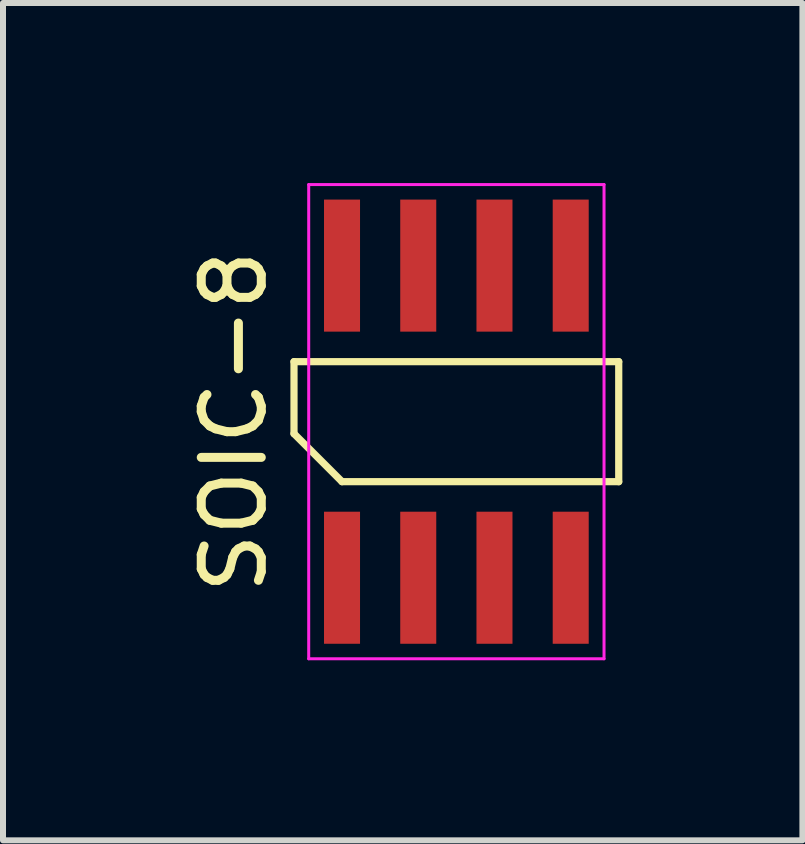
<source format=kicad_pcb>
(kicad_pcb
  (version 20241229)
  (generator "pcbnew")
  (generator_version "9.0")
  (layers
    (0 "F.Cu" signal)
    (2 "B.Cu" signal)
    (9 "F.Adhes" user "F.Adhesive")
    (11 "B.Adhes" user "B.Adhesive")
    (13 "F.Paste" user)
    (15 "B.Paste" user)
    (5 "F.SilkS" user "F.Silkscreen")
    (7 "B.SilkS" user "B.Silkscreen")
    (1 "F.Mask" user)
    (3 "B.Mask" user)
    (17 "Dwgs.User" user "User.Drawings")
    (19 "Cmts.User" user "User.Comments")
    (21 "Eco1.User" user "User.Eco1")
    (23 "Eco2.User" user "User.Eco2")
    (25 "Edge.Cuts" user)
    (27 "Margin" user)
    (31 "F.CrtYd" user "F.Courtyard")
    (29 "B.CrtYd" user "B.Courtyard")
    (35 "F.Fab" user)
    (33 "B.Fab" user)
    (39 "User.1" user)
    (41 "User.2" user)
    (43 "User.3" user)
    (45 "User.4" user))
  (footprint "SOIC-8"
    (layer "F.Cu")
    (at 4.553 3.975)
    (property "Reference" "SOIC-8" (at -3.705 0 90) (layer "F.SilkS") (effects (font (size 1 1) (thickness 0.15))))
    (attr through_hole)
    (fp_line (start -2.705 -1) (end 2.705 -1) (stroke (width 0.12) (type solid)) (layer "F.SilkS"))
    (fp_line (start -2.705 0.2) (end -2.705 -1) (stroke (width 0.12) (type solid)) (layer "F.SilkS"))
    (fp_line (start -1.905 1) (end -2.705 0.2) (stroke (width 0.12) (type solid)) (layer "F.SilkS"))
    (fp_line (start 2.705 -1) (end 2.705 1) (stroke (width 0.12) (type solid)) (layer "F.SilkS"))
    (fp_line (start 2.705 1) (end -1.905 1) (stroke (width 0.12) (type solid)) (layer "F.SilkS"))
    (fp_line (start -2.46 -3.95) (end 2.46 -3.95) (stroke (width 0.05) (type solid)) (layer "F.CrtYd"))
    (fp_line (start -2.46 3.95) (end -2.46 -3.95) (stroke (width 0.05) (type solid)) (layer "F.CrtYd"))
    (fp_line (start 2.46 -3.95) (end 2.46 3.95) (stroke (width 0.05) (type solid)) (layer "F.CrtYd"))
    (fp_line (start 2.46 3.95) (end -2.46 3.95) (stroke (width 0.05) (type solid)) (layer "F.CrtYd"))
    (pad "1" smd rect (at -1.905 2.6) (size 0.6 2.2) (layers "F.Cu" "F.Mask" "F.Paste"))
    (pad "2" smd rect (at -0.635 2.6) (size 0.6 2.2) (layers "F.Cu" "F.Mask" "F.Paste"))
    (pad "3" smd rect (at 0.635 2.6) (size 0.6 2.2) (layers "F.Cu" "F.Mask" "F.Paste"))
    (pad "4" smd rect (at 1.905 2.6) (size 0.6 2.2) (layers "F.Cu" "F.Mask" "F.Paste"))
    (pad "5" smd rect (at 1.905 -2.6) (size 0.6 2.2) (layers "F.Cu" "F.Mask" "F.Paste"))
    (pad "6" smd rect (at 0.635 -2.6) (size 0.6 2.2) (layers "F.Cu" "F.Mask" "F.Paste"))
    (pad "7" smd rect (at -0.635 -2.6) (size 0.6 2.2) (layers "F.Cu" "F.Mask" "F.Paste"))
    (pad "8" smd rect (at -1.905 -2.6) (size 0.6 2.2) (layers "F.Cu" "F.Mask" "F.Paste")))
  (gr_rect
    (start -3 -3)
    (end 10.318 10.95)
    (stroke (width 0.1) (type default))
    (fill no)
    (layer "Edge.Cuts")))
</source>
